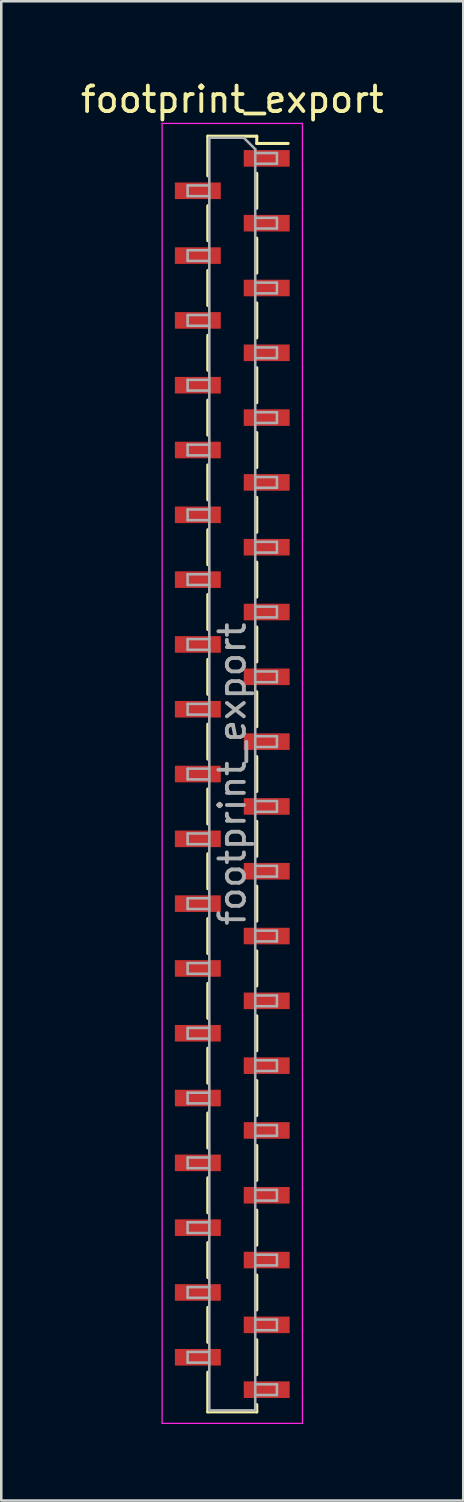
<source format=kicad_pcb>
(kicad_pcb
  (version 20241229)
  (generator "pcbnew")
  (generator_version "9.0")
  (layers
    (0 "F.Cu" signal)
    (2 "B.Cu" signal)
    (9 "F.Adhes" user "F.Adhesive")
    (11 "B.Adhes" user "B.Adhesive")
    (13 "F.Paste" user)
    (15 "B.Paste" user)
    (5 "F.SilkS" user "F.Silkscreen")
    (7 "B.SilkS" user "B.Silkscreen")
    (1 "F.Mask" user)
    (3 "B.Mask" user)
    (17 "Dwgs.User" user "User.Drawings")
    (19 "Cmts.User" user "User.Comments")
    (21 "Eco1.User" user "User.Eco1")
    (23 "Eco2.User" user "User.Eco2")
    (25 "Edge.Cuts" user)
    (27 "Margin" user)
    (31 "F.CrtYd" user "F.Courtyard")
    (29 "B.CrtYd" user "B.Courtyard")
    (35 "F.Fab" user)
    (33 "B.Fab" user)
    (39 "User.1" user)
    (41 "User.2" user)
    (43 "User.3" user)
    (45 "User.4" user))
  (footprint "footprint_export"
    (layer "F.Cu")
    (at 6.054 27.288)
    (property "Reference" "footprint_export" (at 0 -26.44 0) (layer "F.SilkS") (effects (font (size 1 1) (thickness 0.15))))
    (attr smd)
    (fp_line (start -0.96 -25) (end -0.96 -23.445) (stroke (width 0.12) (type solid)) (layer "F.SilkS"))
    (fp_line (start -0.96 -25) (end 0.96 -25) (stroke (width 0.12) (type solid)) (layer "F.SilkS"))
    (fp_line (start -0.96 -22.275) (end -0.96 -20.905) (stroke (width 0.12) (type solid)) (layer "F.SilkS"))
    (fp_line (start -0.96 -19.735) (end -0.96 -18.365) (stroke (width 0.12) (type solid)) (layer "F.SilkS"))
    (fp_line (start -0.96 -17.195) (end -0.96 -15.825) (stroke (width 0.12) (type solid)) (layer "F.SilkS"))
    (fp_line (start -0.96 -14.655) (end -0.96 -13.285) (stroke (width 0.12) (type solid)) (layer "F.SilkS"))
    (fp_line (start -0.96 -12.115) (end -0.96 -10.745) (stroke (width 0.12) (type solid)) (layer "F.SilkS"))
    (fp_line (start -0.96 -9.575) (end -0.96 -8.205) (stroke (width 0.12) (type solid)) (layer "F.SilkS"))
    (fp_line (start -0.96 -7.035) (end -0.96 -5.665) (stroke (width 0.12) (type solid)) (layer "F.SilkS"))
    (fp_line (start -0.96 -4.495) (end -0.96 -3.125) (stroke (width 0.12) (type solid)) (layer "F.SilkS"))
    (fp_line (start -0.96 -1.955) (end -0.96 -0.585) (stroke (width 0.12) (type solid)) (layer "F.SilkS"))
    (fp_line (start -0.96 0.585) (end -0.96 1.955) (stroke (width 0.12) (type solid)) (layer "F.SilkS"))
    (fp_line (start -0.96 3.125) (end -0.96 4.495) (stroke (width 0.12) (type solid)) (layer "F.SilkS"))
    (fp_line (start -0.96 5.665) (end -0.96 7.035) (stroke (width 0.12) (type solid)) (layer "F.SilkS"))
    (fp_line (start -0.96 8.205) (end -0.96 9.575) (stroke (width 0.12) (type solid)) (layer "F.SilkS"))
    (fp_line (start -0.96 10.745) (end -0.96 12.115) (stroke (width 0.12) (type solid)) (layer "F.SilkS"))
    (fp_line (start -0.96 13.285) (end -0.96 14.655) (stroke (width 0.12) (type solid)) (layer "F.SilkS"))
    (fp_line (start -0.96 15.825) (end -0.96 17.195) (stroke (width 0.12) (type solid)) (layer "F.SilkS"))
    (fp_line (start -0.96 18.365) (end -0.96 19.735) (stroke (width 0.12) (type solid)) (layer "F.SilkS"))
    (fp_line (start -0.96 20.905) (end -0.96 22.275) (stroke (width 0.12) (type solid)) (layer "F.SilkS"))
    (fp_line (start -0.96 23.445) (end -0.96 25) (stroke (width 0.12) (type solid)) (layer "F.SilkS"))
    (fp_line (start -0.96 25) (end 0.96 25) (stroke (width 0.12) (type solid)) (layer "F.SilkS"))
    (fp_line (start 0.96 -25) (end 0.96 -24.715) (stroke (width 0.12) (type solid)) (layer "F.SilkS"))
    (fp_line (start 0.96 -24.715) (end 2.19 -24.715) (stroke (width 0.12) (type solid)) (layer "F.SilkS"))
    (fp_line (start 0.96 -23.545) (end 0.96 -22.175) (stroke (width 0.12) (type solid)) (layer "F.SilkS"))
    (fp_line (start 0.96 -21.005) (end 0.96 -19.635) (stroke (width 0.12) (type solid)) (layer "F.SilkS"))
    (fp_line (start 0.96 -18.465) (end 0.96 -17.095) (stroke (width 0.12) (type solid)) (layer "F.SilkS"))
    (fp_line (start 0.96 -15.925) (end 0.96 -14.555) (stroke (width 0.12) (type solid)) (layer "F.SilkS"))
    (fp_line (start 0.96 -13.385) (end 0.96 -12.015) (stroke (width 0.12) (type solid)) (layer "F.SilkS"))
    (fp_line (start 0.96 -10.845) (end 0.96 -9.475) (stroke (width 0.12) (type solid)) (layer "F.SilkS"))
    (fp_line (start 0.96 -8.305) (end 0.96 -6.935) (stroke (width 0.12) (type solid)) (layer "F.SilkS"))
    (fp_line (start 0.96 -5.765) (end 0.96 -4.395) (stroke (width 0.12) (type solid)) (layer "F.SilkS"))
    (fp_line (start 0.96 -3.225) (end 0.96 -1.855) (stroke (width 0.12) (type solid)) (layer "F.SilkS"))
    (fp_line (start 0.96 -0.685) (end 0.96 0.685) (stroke (width 0.12) (type solid)) (layer "F.SilkS"))
    (fp_line (start 0.96 1.855) (end 0.96 3.225) (stroke (width 0.12) (type solid)) (layer "F.SilkS"))
    (fp_line (start 0.96 4.395) (end 0.96 5.765) (stroke (width 0.12) (type solid)) (layer "F.SilkS"))
    (fp_line (start 0.96 6.935) (end 0.96 8.305) (stroke (width 0.12) (type solid)) (layer "F.SilkS"))
    (fp_line (start 0.96 9.475) (end 0.96 10.845) (stroke (width 0.12) (type solid)) (layer "F.SilkS"))
    (fp_line (start 0.96 12.015) (end 0.96 13.385) (stroke (width 0.12) (type solid)) (layer "F.SilkS"))
    (fp_line (start 0.96 14.555) (end 0.96 15.925) (stroke (width 0.12) (type solid)) (layer "F.SilkS"))
    (fp_line (start 0.96 17.095) (end 0.96 18.465) (stroke (width 0.12) (type solid)) (layer "F.SilkS"))
    (fp_line (start 0.96 19.635) (end 0.96 21.005) (stroke (width 0.12) (type solid)) (layer "F.SilkS"))
    (fp_line (start 0.96 22.175) (end 0.96 23.545) (stroke (width 0.12) (type solid)) (layer "F.SilkS"))
    (fp_line (start 0.96 24.715) (end 0.96 25) (stroke (width 0.12) (type solid)) (layer "F.SilkS"))
    (fp_line (start -2.75 -25.5) (end 2.75 -25.5) (stroke (width 0.05) (type solid)) (layer "F.CrtYd"))
    (fp_line (start -2.75 25.45) (end -2.75 -25.5) (stroke (width 0.05) (type solid)) (layer "F.CrtYd"))
    (fp_line (start 2.75 -25.5) (end 2.75 25.45) (stroke (width 0.05) (type solid)) (layer "F.CrtYd"))
    (fp_line (start 2.75 25.45) (end -2.75 25.45) (stroke (width 0.05) (type solid)) (layer "F.CrtYd"))
    (fp_line (start -1.75 -23.07) (end -0.9 -23.07) (stroke (width 0.1) (type solid)) (layer "F.Fab"))
    (fp_line (start -1.75 -22.65) (end -1.75 -23.07) (stroke (width 0.1) (type solid)) (layer "F.Fab"))
    (fp_line (start -1.75 -20.53) (end -0.9 -20.53) (stroke (width 0.1) (type solid)) (layer "F.Fab"))
    (fp_line (start -1.75 -20.11) (end -1.75 -20.53) (stroke (width 0.1) (type solid)) (layer "F.Fab"))
    (fp_line (start -1.75 -17.99) (end -0.9 -17.99) (stroke (width 0.1) (type solid)) (layer "F.Fab"))
    (fp_line (start -1.75 -17.57) (end -1.75 -17.99) (stroke (width 0.1) (type solid)) (layer "F.Fab"))
    (fp_line (start -1.75 -15.45) (end -0.9 -15.45) (stroke (width 0.1) (type solid)) (layer "F.Fab"))
    (fp_line (start -1.75 -15.03) (end -1.75 -15.45) (stroke (width 0.1) (type solid)) (layer "F.Fab"))
    (fp_line (start -1.75 -12.91) (end -0.9 -12.91) (stroke (width 0.1) (type solid)) (layer "F.Fab"))
    (fp_line (start -1.75 -12.49) (end -1.75 -12.91) (stroke (width 0.1) (type solid)) (layer "F.Fab"))
    (fp_line (start -1.75 -10.37) (end -0.9 -10.37) (stroke (width 0.1) (type solid)) (layer "F.Fab"))
    (fp_line (start -1.75 -9.95) (end -1.75 -10.37) (stroke (width 0.1) (type solid)) (layer "F.Fab"))
    (fp_line (start -1.75 -7.83) (end -0.9 -7.83) (stroke (width 0.1) (type solid)) (layer "F.Fab"))
    (fp_line (start -1.75 -7.41) (end -1.75 -7.83) (stroke (width 0.1) (type solid)) (layer "F.Fab"))
    (fp_line (start -1.75 -5.29) (end -0.9 -5.29) (stroke (width 0.1) (type solid)) (layer "F.Fab"))
    (fp_line (start -1.75 -4.87) (end -1.75 -5.29) (stroke (width 0.1) (type solid)) (layer "F.Fab"))
    (fp_line (start -1.75 -2.75) (end -0.9 -2.75) (stroke (width 0.1) (type solid)) (layer "F.Fab"))
    (fp_line (start -1.75 -2.33) (end -1.75 -2.75) (stroke (width 0.1) (type solid)) (layer "F.Fab"))
    (fp_line (start -1.75 -0.21) (end -0.9 -0.21) (stroke (width 0.1) (type solid)) (layer "F.Fab"))
    (fp_line (start -1.75 0.21) (end -1.75 -0.21) (stroke (width 0.1) (type solid)) (layer "F.Fab"))
    (fp_line (start -1.75 2.33) (end -0.9 2.33) (stroke (width 0.1) (type solid)) (layer "F.Fab"))
    (fp_line (start -1.75 2.75) (end -1.75 2.33) (stroke (width 0.1) (type solid)) (layer "F.Fab"))
    (fp_line (start -1.75 4.87) (end -0.9 4.87) (stroke (width 0.1) (type solid)) (layer "F.Fab"))
    (fp_line (start -1.75 5.29) (end -1.75 4.87) (stroke (width 0.1) (type solid)) (layer "F.Fab"))
    (fp_line (start -1.75 7.41) (end -0.9 7.41) (stroke (width 0.1) (type solid)) (layer "F.Fab"))
    (fp_line (start -1.75 7.83) (end -1.75 7.41) (stroke (width 0.1) (type solid)) (layer "F.Fab"))
    (fp_line (start -1.75 9.95) (end -0.9 9.95) (stroke (width 0.1) (type solid)) (layer "F.Fab"))
    (fp_line (start -1.75 10.37) (end -1.75 9.95) (stroke (width 0.1) (type solid)) (layer "F.Fab"))
    (fp_line (start -1.75 12.49) (end -0.9 12.49) (stroke (width 0.1) (type solid)) (layer "F.Fab"))
    (fp_line (start -1.75 12.91) (end -1.75 12.49) (stroke (width 0.1) (type solid)) (layer "F.Fab"))
    (fp_line (start -1.75 15.03) (end -0.9 15.03) (stroke (width 0.1) (type solid)) (layer "F.Fab"))
    (fp_line (start -1.75 15.45) (end -1.75 15.03) (stroke (width 0.1) (type solid)) (layer "F.Fab"))
    (fp_line (start -1.75 17.57) (end -0.9 17.57) (stroke (width 0.1) (type solid)) (layer "F.Fab"))
    (fp_line (start -1.75 17.99) (end -1.75 17.57) (stroke (width 0.1) (type solid)) (layer "F.Fab"))
    (fp_line (start -1.75 20.11) (end -0.9 20.11) (stroke (width 0.1) (type solid)) (layer "F.Fab"))
    (fp_line (start -1.75 20.53) (end -1.75 20.11) (stroke (width 0.1) (type solid)) (layer "F.Fab"))
    (fp_line (start -1.75 22.65) (end -0.9 22.65) (stroke (width 0.1) (type solid)) (layer "F.Fab"))
    (fp_line (start -1.75 23.07) (end -1.75 22.65) (stroke (width 0.1) (type solid)) (layer "F.Fab"))
    (fp_line (start -0.9 -24.94) (end 0.45 -24.94) (stroke (width 0.1) (type solid)) (layer "F.Fab"))
    (fp_line (start -0.9 -22.65) (end -1.75 -22.65) (stroke (width 0.1) (type solid)) (layer "F.Fab"))
    (fp_line (start -0.9 -20.11) (end -1.75 -20.11) (stroke (width 0.1) (type solid)) (layer "F.Fab"))
    (fp_line (start -0.9 -17.57) (end -1.75 -17.57) (stroke (width 0.1) (type solid)) (layer "F.Fab"))
    (fp_line (start -0.9 -15.03) (end -1.75 -15.03) (stroke (width 0.1) (type solid)) (layer "F.Fab"))
    (fp_line (start -0.9 -12.49) (end -1.75 -12.49) (stroke (width 0.1) (type solid)) (layer "F.Fab"))
    (fp_line (start -0.9 -9.95) (end -1.75 -9.95) (stroke (width 0.1) (type solid)) (layer "F.Fab"))
    (fp_line (start -0.9 -7.41) (end -1.75 -7.41) (stroke (width 0.1) (type solid)) (layer "F.Fab"))
    (fp_line (start -0.9 -4.87) (end -1.75 -4.87) (stroke (width 0.1) (type solid)) (layer "F.Fab"))
    (fp_line (start -0.9 -2.33) (end -1.75 -2.33) (stroke (width 0.1) (type solid)) (layer "F.Fab"))
    (fp_line (start -0.9 0.21) (end -1.75 0.21) (stroke (width 0.1) (type solid)) (layer "F.Fab"))
    (fp_line (start -0.9 2.75) (end -1.75 2.75) (stroke (width 0.1) (type solid)) (layer "F.Fab"))
    (fp_line (start -0.9 5.29) (end -1.75 5.29) (stroke (width 0.1) (type solid)) (layer "F.Fab"))
    (fp_line (start -0.9 7.83) (end -1.75 7.83) (stroke (width 0.1) (type solid)) (layer "F.Fab"))
    (fp_line (start -0.9 10.37) (end -1.75 10.37) (stroke (width 0.1) (type solid)) (layer "F.Fab"))
    (fp_line (start -0.9 12.91) (end -1.75 12.91) (stroke (width 0.1) (type solid)) (layer "F.Fab"))
    (fp_line (start -0.9 15.45) (end -1.75 15.45) (stroke (width 0.1) (type solid)) (layer "F.Fab"))
    (fp_line (start -0.9 17.99) (end -1.75 17.99) (stroke (width 0.1) (type solid)) (layer "F.Fab"))
    (fp_line (start -0.9 20.53) (end -1.75 20.53) (stroke (width 0.1) (type solid)) (layer "F.Fab"))
    (fp_line (start -0.9 23.07) (end -1.75 23.07) (stroke (width 0.1) (type solid)) (layer "F.Fab"))
    (fp_line (start -0.9 24.94) (end -0.9 -24.94) (stroke (width 0.1) (type solid)) (layer "F.Fab"))
    (fp_line (start 0.45 -24.94) (end 0.9 -24.49) (stroke (width 0.1) (type solid)) (layer "F.Fab"))
    (fp_line (start 0.9 -24.49) (end 0.9 24.94) (stroke (width 0.1) (type solid)) (layer "F.Fab"))
    (fp_line (start 0.9 -24.34) (end 1.75 -24.34) (stroke (width 0.1) (type solid)) (layer "F.Fab"))
    (fp_line (start 0.9 -21.8) (end 1.75 -21.8) (stroke (width 0.1) (type solid)) (layer "F.Fab"))
    (fp_line (start 0.9 -19.26) (end 1.75 -19.26) (stroke (width 0.1) (type solid)) (layer "F.Fab"))
    (fp_line (start 0.9 -16.72) (end 1.75 -16.72) (stroke (width 0.1) (type solid)) (layer "F.Fab"))
    (fp_line (start 0.9 -14.18) (end 1.75 -14.18) (stroke (width 0.1) (type solid)) (layer "F.Fab"))
    (fp_line (start 0.9 -11.64) (end 1.75 -11.64) (stroke (width 0.1) (type solid)) (layer "F.Fab"))
    (fp_line (start 0.9 -9.1) (end 1.75 -9.1) (stroke (width 0.1) (type solid)) (layer "F.Fab"))
    (fp_line (start 0.9 -6.56) (end 1.75 -6.56) (stroke (width 0.1) (type solid)) (layer "F.Fab"))
    (fp_line (start 0.9 -4.02) (end 1.75 -4.02) (stroke (width 0.1) (type solid)) (layer "F.Fab"))
    (fp_line (start 0.9 -1.48) (end 1.75 -1.48) (stroke (width 0.1) (type solid)) (layer "F.Fab"))
    (fp_line (start 0.9 1.06) (end 1.75 1.06) (stroke (width 0.1) (type solid)) (layer "F.Fab"))
    (fp_line (start 0.9 3.6) (end 1.75 3.6) (stroke (width 0.1) (type solid)) (layer "F.Fab"))
    (fp_line (start 0.9 6.14) (end 1.75 6.14) (stroke (width 0.1) (type solid)) (layer "F.Fab"))
    (fp_line (start 0.9 8.68) (end 1.75 8.68) (stroke (width 0.1) (type solid)) (layer "F.Fab"))
    (fp_line (start 0.9 11.22) (end 1.75 11.22) (stroke (width 0.1) (type solid)) (layer "F.Fab"))
    (fp_line (start 0.9 13.76) (end 1.75 13.76) (stroke (width 0.1) (type solid)) (layer "F.Fab"))
    (fp_line (start 0.9 16.3) (end 1.75 16.3) (stroke (width 0.1) (type solid)) (layer "F.Fab"))
    (fp_line (start 0.9 18.84) (end 1.75 18.84) (stroke (width 0.1) (type solid)) (layer "F.Fab"))
    (fp_line (start 0.9 21.38) (end 1.75 21.38) (stroke (width 0.1) (type solid)) (layer "F.Fab"))
    (fp_line (start 0.9 23.92) (end 1.75 23.92) (stroke (width 0.1) (type solid)) (layer "F.Fab"))
    (fp_line (start 0.9 24.94) (end -0.9 24.94) (stroke (width 0.1) (type solid)) (layer "F.Fab"))
    (fp_line (start 1.75 -24.34) (end 1.75 -23.92) (stroke (width 0.1) (type solid)) (layer "F.Fab"))
    (fp_line (start 1.75 -23.92) (end 0.9 -23.92) (stroke (width 0.1) (type solid)) (layer "F.Fab"))
    (fp_line (start 1.75 -21.8) (end 1.75 -21.38) (stroke (width 0.1) (type solid)) (layer "F.Fab"))
    (fp_line (start 1.75 -21.38) (end 0.9 -21.38) (stroke (width 0.1) (type solid)) (layer "F.Fab"))
    (fp_line (start 1.75 -19.26) (end 1.75 -18.84) (stroke (width 0.1) (type solid)) (layer "F.Fab"))
    (fp_line (start 1.75 -18.84) (end 0.9 -18.84) (stroke (width 0.1) (type solid)) (layer "F.Fab"))
    (fp_line (start 1.75 -16.72) (end 1.75 -16.3) (stroke (width 0.1) (type solid)) (layer "F.Fab"))
    (fp_line (start 1.75 -16.3) (end 0.9 -16.3) (stroke (width 0.1) (type solid)) (layer "F.Fab"))
    (fp_line (start 1.75 -14.18) (end 1.75 -13.76) (stroke (width 0.1) (type solid)) (layer "F.Fab"))
    (fp_line (start 1.75 -13.76) (end 0.9 -13.76) (stroke (width 0.1) (type solid)) (layer "F.Fab"))
    (fp_line (start 1.75 -11.64) (end 1.75 -11.22) (stroke (width 0.1) (type solid)) (layer "F.Fab"))
    (fp_line (start 1.75 -11.22) (end 0.9 -11.22) (stroke (width 0.1) (type solid)) (layer "F.Fab"))
    (fp_line (start 1.75 -9.1) (end 1.75 -8.68) (stroke (width 0.1) (type solid)) (layer "F.Fab"))
    (fp_line (start 1.75 -8.68) (end 0.9 -8.68) (stroke (width 0.1) (type solid)) (layer "F.Fab"))
    (fp_line (start 1.75 -6.56) (end 1.75 -6.14) (stroke (width 0.1) (type solid)) (layer "F.Fab"))
    (fp_line (start 1.75 -6.14) (end 0.9 -6.14) (stroke (width 0.1) (type solid)) (layer "F.Fab"))
    (fp_line (start 1.75 -4.02) (end 1.75 -3.6) (stroke (width 0.1) (type solid)) (layer "F.Fab"))
    (fp_line (start 1.75 -3.6) (end 0.9 -3.6) (stroke (width 0.1) (type solid)) (layer "F.Fab"))
    (fp_line (start 1.75 -1.48) (end 1.75 -1.06) (stroke (width 0.1) (type solid)) (layer "F.Fab"))
    (fp_line (start 1.75 -1.06) (end 0.9 -1.06) (stroke (width 0.1) (type solid)) (layer "F.Fab"))
    (fp_line (start 1.75 1.06) (end 1.75 1.48) (stroke (width 0.1) (type solid)) (layer "F.Fab"))
    (fp_line (start 1.75 1.48) (end 0.9 1.48) (stroke (width 0.1) (type solid)) (layer "F.Fab"))
    (fp_line (start 1.75 3.6) (end 1.75 4.02) (stroke (width 0.1) (type solid)) (layer "F.Fab"))
    (fp_line (start 1.75 4.02) (end 0.9 4.02) (stroke (width 0.1) (type solid)) (layer "F.Fab"))
    (fp_line (start 1.75 6.14) (end 1.75 6.56) (stroke (width 0.1) (type solid)) (layer "F.Fab"))
    (fp_line (start 1.75 6.56) (end 0.9 6.56) (stroke (width 0.1) (type solid)) (layer "F.Fab"))
    (fp_line (start 1.75 8.68) (end 1.75 9.1) (stroke (width 0.1) (type solid)) (layer "F.Fab"))
    (fp_line (start 1.75 9.1) (end 0.9 9.1) (stroke (width 0.1) (type solid)) (layer "F.Fab"))
    (fp_line (start 1.75 11.22) (end 1.75 11.64) (stroke (width 0.1) (type solid)) (layer "F.Fab"))
    (fp_line (start 1.75 11.64) (end 0.9 11.64) (stroke (width 0.1) (type solid)) (layer "F.Fab"))
    (fp_line (start 1.75 13.76) (end 1.75 14.18) (stroke (width 0.1) (type solid)) (layer "F.Fab"))
    (fp_line (start 1.75 14.18) (end 0.9 14.18) (stroke (width 0.1) (type solid)) (layer "F.Fab"))
    (fp_line (start 1.75 16.3) (end 1.75 16.72) (stroke (width 0.1) (type solid)) (layer "F.Fab"))
    (fp_line (start 1.75 16.72) (end 0.9 16.72) (stroke (width 0.1) (type solid)) (layer "F.Fab"))
    (fp_line (start 1.75 18.84) (end 1.75 19.26) (stroke (width 0.1) (type solid)) (layer "F.Fab"))
    (fp_line (start 1.75 19.26) (end 0.9 19.26) (stroke (width 0.1) (type solid)) (layer "F.Fab"))
    (fp_line (start 1.75 21.38) (end 1.75 21.8) (stroke (width 0.1) (type solid)) (layer "F.Fab"))
    (fp_line (start 1.75 21.8) (end 0.9 21.8) (stroke (width 0.1) (type solid)) (layer "F.Fab"))
    (fp_line (start 1.75 23.92) (end 1.75 24.34) (stroke (width 0.1) (type solid)) (layer "F.Fab"))
    (fp_line (start 1.75 24.34) (end 0.9 24.34) (stroke (width 0.1) (type solid)) (layer "F.Fab"))
    (fp_text user "${REFERENCE}" (at 0 0 90) (layer "F.Fab") (effects (font (size 1 1) (thickness 0.15))))
    (pad "1" smd rect (at 1.35 -24.13) (size 1.8 0.65) (layers "F.Cu" "F.Mask" "F.Paste"))
    (pad "2" smd rect (at -1.35 -22.86) (size 1.8 0.65) (layers "F.Cu" "F.Mask" "F.Paste"))
    (pad "3" smd rect (at 1.35 -21.59) (size 1.8 0.65) (layers "F.Cu" "F.Mask" "F.Paste"))
    (pad "4" smd rect (at -1.35 -20.32) (size 1.8 0.65) (layers "F.Cu" "F.Mask" "F.Paste"))
    (pad "5" smd rect (at 1.35 -19.05) (size 1.8 0.65) (layers "F.Cu" "F.Mask" "F.Paste"))
    (pad "6" smd rect (at -1.35 -17.78) (size 1.8 0.65) (layers "F.Cu" "F.Mask" "F.Paste"))
    (pad "7" smd rect (at 1.35 -16.51) (size 1.8 0.65) (layers "F.Cu" "F.Mask" "F.Paste"))
    (pad "8" smd rect (at -1.35 -15.24) (size 1.8 0.65) (layers "F.Cu" "F.Mask" "F.Paste"))
    (pad "9" smd rect (at 1.35 -13.97) (size 1.8 0.65) (layers "F.Cu" "F.Mask" "F.Paste"))
    (pad "10" smd rect (at -1.35 -12.7) (size 1.8 0.65) (layers "F.Cu" "F.Mask" "F.Paste"))
    (pad "11" smd rect (at 1.35 -11.43) (size 1.8 0.65) (layers "F.Cu" "F.Mask" "F.Paste"))
    (pad "12" smd rect (at -1.35 -10.16) (size 1.8 0.65) (layers "F.Cu" "F.Mask" "F.Paste"))
    (pad "13" smd rect (at 1.35 -8.89) (size 1.8 0.65) (layers "F.Cu" "F.Mask" "F.Paste"))
    (pad "14" smd rect (at -1.35 -7.62) (size 1.8 0.65) (layers "F.Cu" "F.Mask" "F.Paste"))
    (pad "15" smd rect (at 1.35 -6.35) (size 1.8 0.65) (layers "F.Cu" "F.Mask" "F.Paste"))
    (pad "16" smd rect (at -1.35 -5.08) (size 1.8 0.65) (layers "F.Cu" "F.Mask" "F.Paste"))
    (pad "17" smd rect (at 1.35 -3.81) (size 1.8 0.65) (layers "F.Cu" "F.Mask" "F.Paste"))
    (pad "18" smd rect (at -1.35 -2.54) (size 1.8 0.65) (layers "F.Cu" "F.Mask" "F.Paste"))
    (pad "19" smd rect (at 1.35 -1.27) (size 1.8 0.65) (layers "F.Cu" "F.Mask" "F.Paste"))
    (pad "20" smd rect (at -1.35 0) (size 1.8 0.65) (layers "F.Cu" "F.Mask" "F.Paste"))
    (pad "21" smd rect (at 1.35 1.27) (size 1.8 0.65) (layers "F.Cu" "F.Mask" "F.Paste"))
    (pad "22" smd rect (at -1.35 2.54) (size 1.8 0.65) (layers "F.Cu" "F.Mask" "F.Paste"))
    (pad "23" smd rect (at 1.35 3.81) (size 1.8 0.65) (layers "F.Cu" "F.Mask" "F.Paste"))
    (pad "24" smd rect (at -1.35 5.08) (size 1.8 0.65) (layers "F.Cu" "F.Mask" "F.Paste"))
    (pad "25" smd rect (at 1.35 6.35) (size 1.8 0.65) (layers "F.Cu" "F.Mask" "F.Paste"))
    (pad "26" smd rect (at -1.35 7.62) (size 1.8 0.65) (layers "F.Cu" "F.Mask" "F.Paste"))
    (pad "27" smd rect (at 1.35 8.89) (size 1.8 0.65) (layers "F.Cu" "F.Mask" "F.Paste"))
    (pad "28" smd rect (at -1.35 10.16) (size 1.8 0.65) (layers "F.Cu" "F.Mask" "F.Paste"))
    (pad "29" smd rect (at 1.35 11.43) (size 1.8 0.65) (layers "F.Cu" "F.Mask" "F.Paste"))
    (pad "30" smd rect (at -1.35 12.7) (size 1.8 0.65) (layers "F.Cu" "F.Mask" "F.Paste"))
    (pad "31" smd rect (at 1.35 13.97) (size 1.8 0.65) (layers "F.Cu" "F.Mask" "F.Paste"))
    (pad "32" smd rect (at -1.35 15.24) (size 1.8 0.65) (layers "F.Cu" "F.Mask" "F.Paste"))
    (pad "33" smd rect (at 1.35 16.51) (size 1.8 0.65) (layers "F.Cu" "F.Mask" "F.Paste"))
    (pad "34" smd rect (at -1.35 17.78) (size 1.8 0.65) (layers "F.Cu" "F.Mask" "F.Paste"))
    (pad "35" smd rect (at 1.35 19.05) (size 1.8 0.65) (layers "F.Cu" "F.Mask" "F.Paste"))
    (pad "36" smd rect (at -1.35 20.32) (size 1.8 0.65) (layers "F.Cu" "F.Mask" "F.Paste"))
    (pad "37" smd rect (at 1.35 21.59) (size 1.8 0.65) (layers "F.Cu" "F.Mask" "F.Paste"))
    (pad "38" smd rect (at -1.35 22.86) (size 1.8 0.65) (layers "F.Cu" "F.Mask" "F.Paste"))
    (pad "39" smd rect (at 1.35 24.13) (size 1.8 0.65) (layers "F.Cu" "F.Mask" "F.Paste")))
  (gr_rect
    (start -3 -3)
    (end 15.107 55.763)
    (stroke (width 0.1) (type default))
    (fill no)
    (layer "Edge.Cuts")))
</source>
